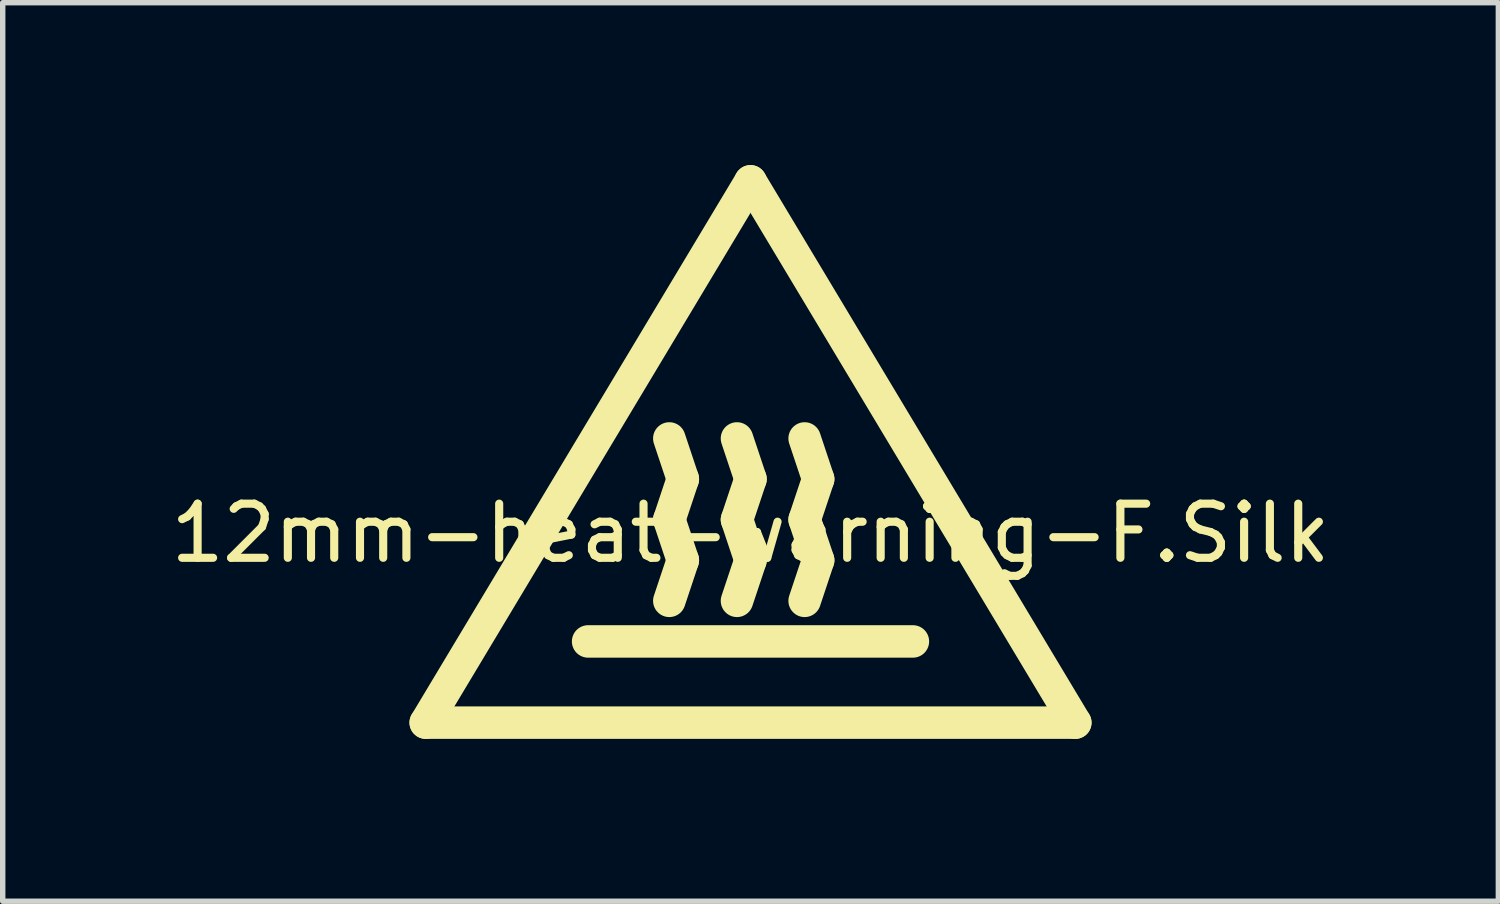
<source format=kicad_pcb>
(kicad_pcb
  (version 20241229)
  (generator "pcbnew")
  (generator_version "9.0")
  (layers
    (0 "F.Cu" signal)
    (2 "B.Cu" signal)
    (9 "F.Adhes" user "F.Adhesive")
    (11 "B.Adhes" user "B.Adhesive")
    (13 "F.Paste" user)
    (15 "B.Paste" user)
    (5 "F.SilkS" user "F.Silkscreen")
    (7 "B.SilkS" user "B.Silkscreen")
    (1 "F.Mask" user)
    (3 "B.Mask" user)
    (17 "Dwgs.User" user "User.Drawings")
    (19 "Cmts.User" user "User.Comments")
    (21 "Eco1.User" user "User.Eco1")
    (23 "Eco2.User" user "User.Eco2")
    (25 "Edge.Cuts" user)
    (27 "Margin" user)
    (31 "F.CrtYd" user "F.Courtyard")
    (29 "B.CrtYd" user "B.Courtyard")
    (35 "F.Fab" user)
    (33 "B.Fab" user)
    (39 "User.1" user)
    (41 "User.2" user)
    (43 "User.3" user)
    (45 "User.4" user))
  (footprint "12mm-heat-warning-F.Silk"
    (layer "F.Cu")
    (at 10.815 6.3)
    (property "Reference" "12mm-heat-warning-F.Silk" (at 0 0.5 0) (layer "F.SilkS") (effects (font (size 1 1) (thickness 0.15))))
    (attr through_hole)
    (fp_line (start -6 4) (end 6 4) (stroke (width 0.6) (type solid)) (layer "F.SilkS"))
    (fp_line (start -3 2.5) (end 3 2.5) (stroke (width 0.6) (type solid)) (layer "F.SilkS"))
    (fp_line (start -1.5 0.25) (end -1.25 -0.5) (stroke (width 0.6) (type solid)) (layer "F.SilkS"))
    (fp_line (start -1.5 1.75) (end -1.25 1) (stroke (width 0.6) (type solid)) (layer "F.SilkS"))
    (fp_line (start -1.25 -0.5) (end -1.5 -1.25) (stroke (width 0.6) (type solid)) (layer "F.SilkS"))
    (fp_line (start -1.25 1) (end -1.5 0.25) (stroke (width 0.6) (type solid)) (layer "F.SilkS"))
    (fp_line (start -0.25 0.25) (end 0 -0.5) (stroke (width 0.6) (type solid)) (layer "F.SilkS"))
    (fp_line (start -0.25 1.75) (end 0 1) (stroke (width 0.6) (type solid)) (layer "F.SilkS"))
    (fp_line (start 0 -6) (end -6 4) (stroke (width 0.6) (type solid)) (layer "F.SilkS"))
    (fp_line (start 0 -6) (end 6 4) (stroke (width 0.6) (type solid)) (layer "F.SilkS"))
    (fp_line (start 0 -0.5) (end -0.25 -1.25) (stroke (width 0.6) (type solid)) (layer "F.SilkS"))
    (fp_line (start 0 1) (end -0.25 0.25) (stroke (width 0.6) (type solid)) (layer "F.SilkS"))
    (fp_line (start 1 0.25) (end 1.25 -0.5) (stroke (width 0.6) (type solid)) (layer "F.SilkS"))
    (fp_line (start 1 1.75) (end 1.25 1) (stroke (width 0.6) (type solid)) (layer "F.SilkS"))
    (fp_line (start 1.25 -0.5) (end 1 -1.25) (stroke (width 0.6) (type solid)) (layer "F.SilkS"))
    (fp_line (start 1.25 1) (end 1 0.25) (stroke (width 0.6) (type solid)) (layer "F.SilkS")))
  (gr_rect
    (start -3 -3)
    (end 24.631 13.6)
    (stroke (width 0.1) (type default))
    (fill no)
    (layer "Edge.Cuts")))
</source>
